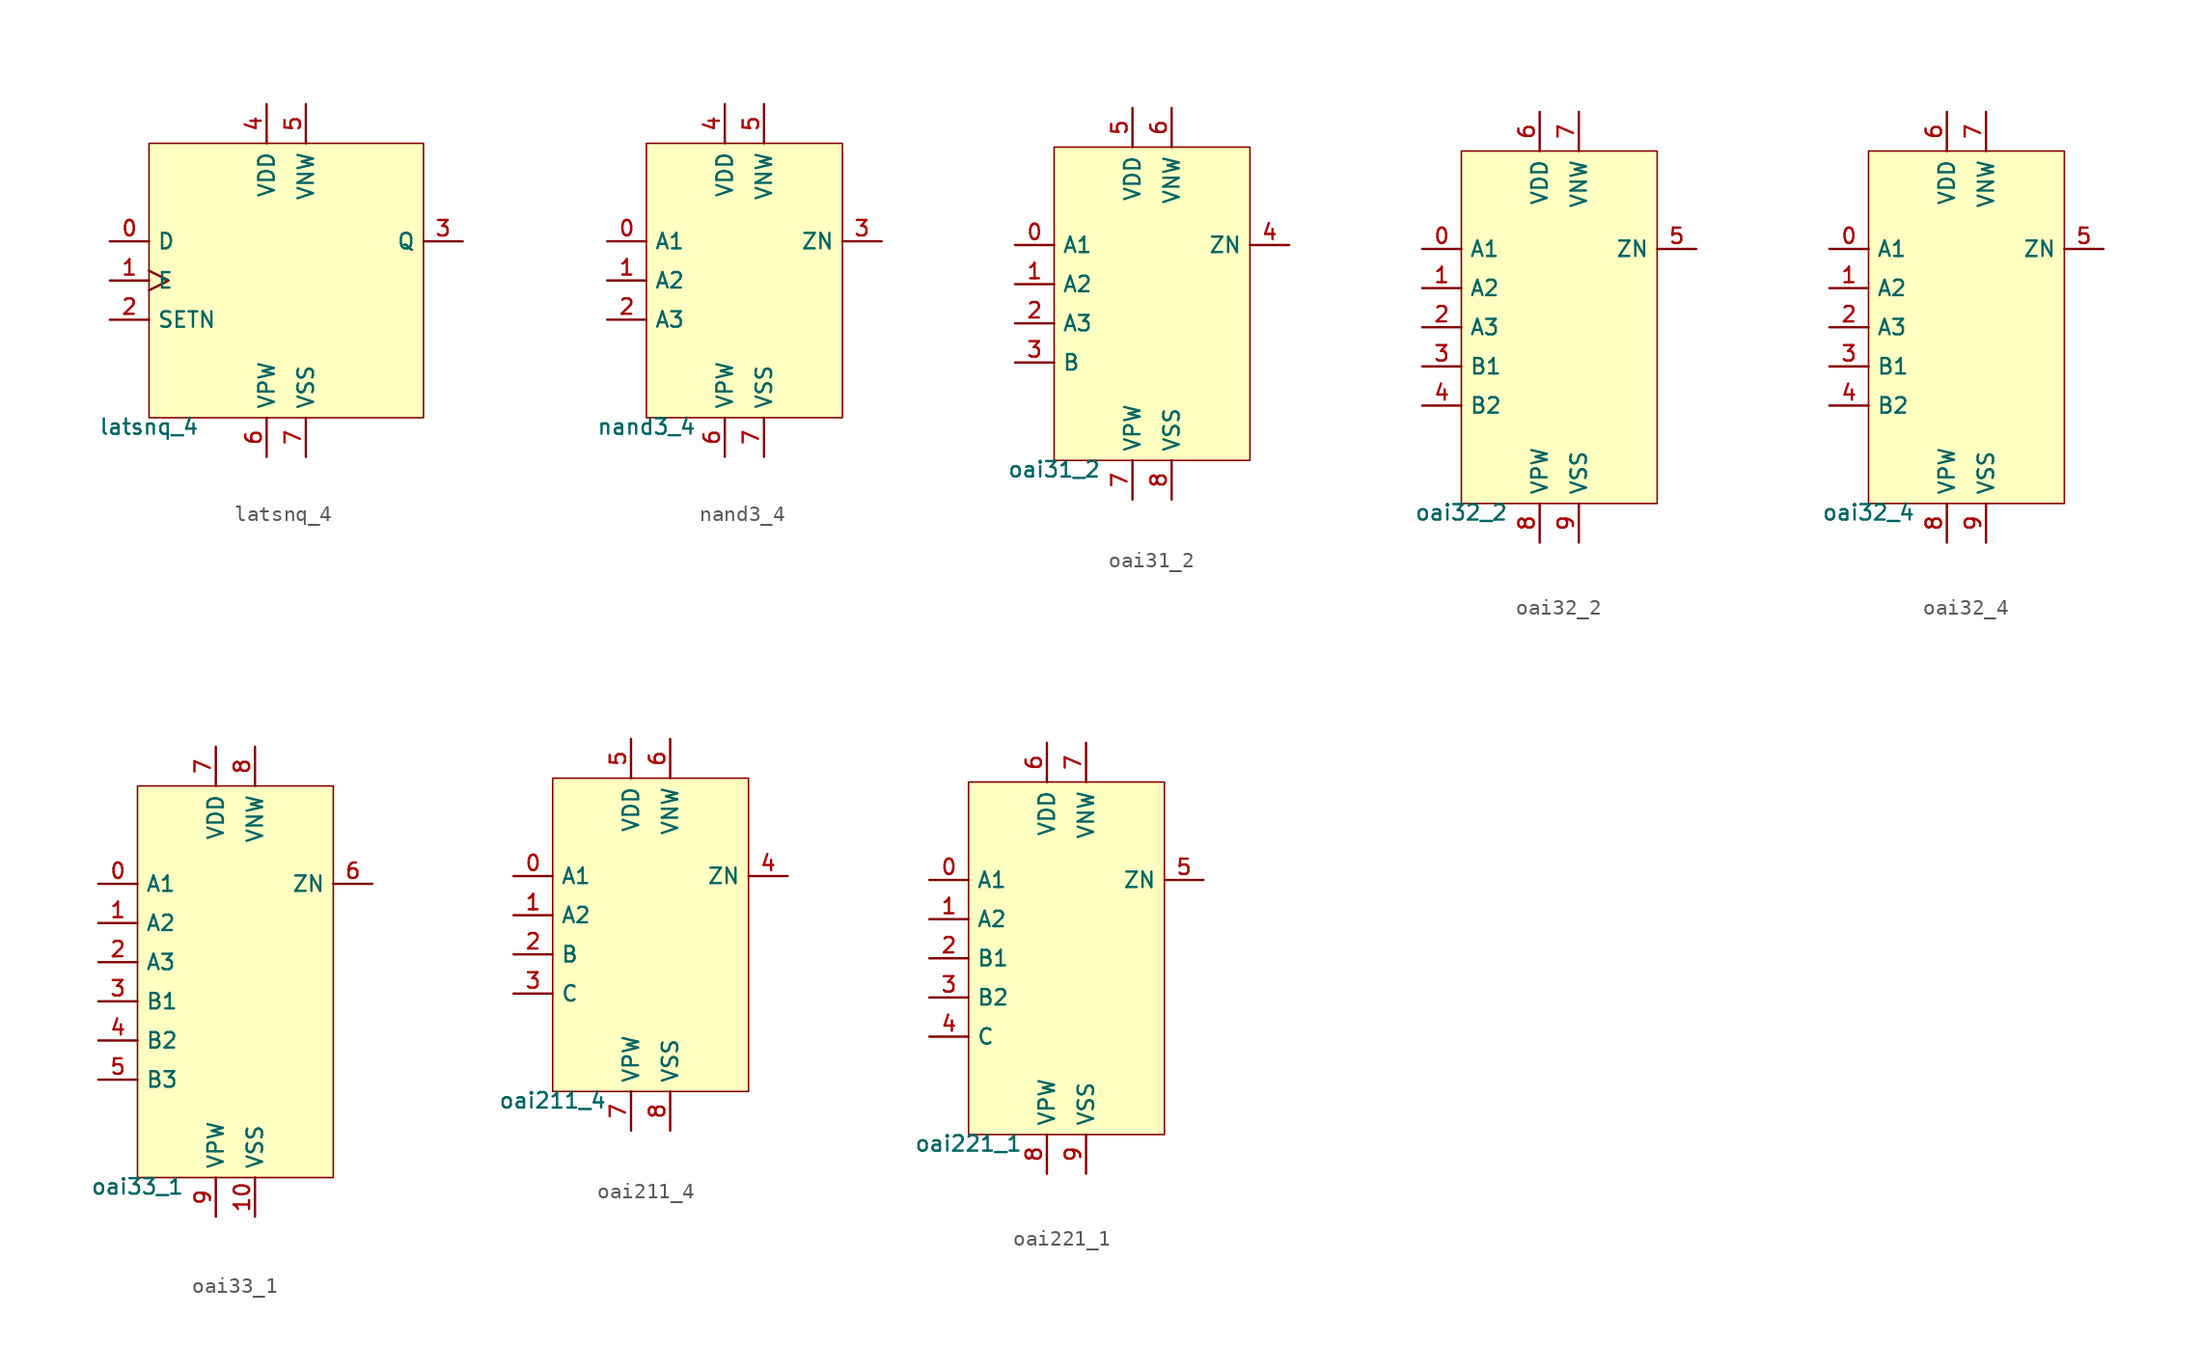
<source format=kicad_sym>
(kicad_symbol_lib
  (version 20211014)
  (generator pdk2kicad)
  (symbol "latsnq_4"
    (property "Reference" "X"
      (at 0 0 0)
      (effects (font (size 1 1)) hide))
    (property "Value" "latsnq_4"
      (at -8.89 -8.89 0)
      (effects (font (size 1 1)) (justify top)))
    (rectangle
      (start -8.89 -8.89)
      (end 8.89 8.89)
      (stroke (width 0.1) (type solid) (color 0 0 0 0))
      (fill (type background)))
    (pin input line
      (at -11.43 2.54 0)
      (length 2.54)
      (name "D" (effects (font (size 1 1)) hide))
      (number "0" (effects (font (size 1 1)) hide)))
    (pin input clock
      (at -11.43 4.440892098500626e-16 0)
      (length 2.54)
      (name "E" (effects (font (size 1 1)) hide))
      (number "1" (effects (font (size 1 1)) hide)))
    (pin input line
      (at -11.43 -2.54 0)
      (length 2.54)
      (name "SETN" (effects (font (size 1 1)) hide))
      (number "2" (effects (font (size 1 1)) hide)))
    (pin output line
      (at 11.43 2.54 180)
      (length 2.54)
      (name "Q" (effects (font (size 1 1)) hide))
      (number "3" (effects (font (size 1 1)) hide)))
    (pin power_in line
      (at -1.27 11.43 270)
      (length 2.54)
      (name "VDD" (effects (font (size 1 1)) hide))
      (number "4" (effects (font (size 1 1)) hide)))
    (pin power_in line
      (at 1.27 11.43 270)
      (length 2.54)
      (name "VNW" (effects (font (size 1 1)) hide))
      (number "5" (effects (font (size 1 1)) hide)))
    (pin power_in line
      (at -1.27 -11.43 90)
      (length 2.54)
      (name "VPW" (effects (font (size 1 1)) hide))
      (number "6" (effects (font (size 1 1)) hide)))
    (pin power_in line
      (at 1.27 -11.43 90)
      (length 2.54)
      (name "VSS" (effects (font (size 1 1)) hide))
      (number "7" (effects (font (size 1 1)) hide))))
  (symbol "nand3_4"
    (property "Reference" "X"
      (at 0 0 0)
      (effects (font (size 1 1)) hide))
    (property "Value" "nand3_4"
      (at -6.35 -8.89 0)
      (effects (font (size 1 1)) (justify top)))
    (rectangle
      (start -6.35 -8.89)
      (end 6.35 8.89)
      (stroke (width 0.1) (type solid) (color 0 0 0 0))
      (fill (type background)))
    (pin input line
      (at -8.89 2.54 0)
      (length 2.54)
      (name "A1" (effects (font (size 1 1)) hide))
      (number "0" (effects (font (size 1 1)) hide)))
    (pin input line
      (at -8.89 4.440892098500626e-16 0)
      (length 2.54)
      (name "A2" (effects (font (size 1 1)) hide))
      (number "1" (effects (font (size 1 1)) hide)))
    (pin input line
      (at -8.89 -2.54 0)
      (length 2.54)
      (name "A3" (effects (font (size 1 1)) hide))
      (number "2" (effects (font (size 1 1)) hide)))
    (pin output line
      (at 8.89 2.54 180)
      (length 2.54)
      (name "ZN" (effects (font (size 1 1)) hide))
      (number "3" (effects (font (size 1 1)) hide)))
    (pin power_in line
      (at -1.27 11.43 270)
      (length 2.54)
      (name "VDD" (effects (font (size 1 1)) hide))
      (number "4" (effects (font (size 1 1)) hide)))
    (pin power_in line
      (at 1.27 11.43 270)
      (length 2.54)
      (name "VNW" (effects (font (size 1 1)) hide))
      (number "5" (effects (font (size 1 1)) hide)))
    (pin power_in line
      (at -1.27 -11.43 90)
      (length 2.54)
      (name "VPW" (effects (font (size 1 1)) hide))
      (number "6" (effects (font (size 1 1)) hide)))
    (pin power_in line
      (at 1.27 -11.43 90)
      (length 2.54)
      (name "VSS" (effects (font (size 1 1)) hide))
      (number "7" (effects (font (size 1 1)) hide))))
  (symbol "oai31_2"
    (property "Reference" "X"
      (at 0 0 0)
      (effects (font (size 1 1)) hide))
    (property "Value" "oai31_2"
      (at -6.35 -10.16 0)
      (effects (font (size 1 1)) (justify top)))
    (rectangle
      (start -6.35 -10.16)
      (end 6.35 10.16)
      (stroke (width 0.1) (type solid) (color 0 0 0 0))
      (fill (type background)))
    (pin input line
      (at -8.89 3.81 0)
      (length 2.54)
      (name "A1" (effects (font (size 1 1)) hide))
      (number "0" (effects (font (size 1 1)) hide)))
    (pin input line
      (at -8.89 1.27 0)
      (length 2.54)
      (name "A2" (effects (font (size 1 1)) hide))
      (number "1" (effects (font (size 1 1)) hide)))
    (pin input line
      (at -8.89 -1.27 0)
      (length 2.54)
      (name "A3" (effects (font (size 1 1)) hide))
      (number "2" (effects (font (size 1 1)) hide)))
    (pin input line
      (at -8.89 -3.81 0)
      (length 2.54)
      (name "B" (effects (font (size 1 1)) hide))
      (number "3" (effects (font (size 1 1)) hide)))
    (pin output line
      (at 8.89 3.81 180)
      (length 2.54)
      (name "ZN" (effects (font (size 1 1)) hide))
      (number "4" (effects (font (size 1 1)) hide)))
    (pin power_in line
      (at -1.27 12.7 270)
      (length 2.54)
      (name "VDD" (effects (font (size 1 1)) hide))
      (number "5" (effects (font (size 1 1)) hide)))
    (pin power_in line
      (at 1.27 12.7 270)
      (length 2.54)
      (name "VNW" (effects (font (size 1 1)) hide))
      (number "6" (effects (font (size 1 1)) hide)))
    (pin power_in line
      (at -1.27 -12.7 90)
      (length 2.54)
      (name "VPW" (effects (font (size 1 1)) hide))
      (number "7" (effects (font (size 1 1)) hide)))
    (pin power_in line
      (at 1.27 -12.7 90)
      (length 2.54)
      (name "VSS" (effects (font (size 1 1)) hide))
      (number "8" (effects (font (size 1 1)) hide))))
  (symbol "oai32_2"
    (property "Reference" "X"
      (at 0 0 0)
      (effects (font (size 1 1)) hide))
    (property "Value" "oai32_2"
      (at -6.35 -11.43 0)
      (effects (font (size 1 1)) (justify top)))
    (rectangle
      (start -6.35 -11.43)
      (end 6.35 11.43)
      (stroke (width 0.1) (type solid) (color 0 0 0 0))
      (fill (type background)))
    (pin input line
      (at -8.89 5.08 0)
      (length 2.54)
      (name "A1" (effects (font (size 1 1)) hide))
      (number "0" (effects (font (size 1 1)) hide)))
    (pin input line
      (at -8.89 2.54 0)
      (length 2.54)
      (name "A2" (effects (font (size 1 1)) hide))
      (number "1" (effects (font (size 1 1)) hide)))
    (pin input line
      (at -8.89 -4.440892098500626e-16 0)
      (length 2.54)
      (name "A3" (effects (font (size 1 1)) hide))
      (number "2" (effects (font (size 1 1)) hide)))
    (pin input line
      (at -8.89 -2.54 0)
      (length 2.54)
      (name "B1" (effects (font (size 1 1)) hide))
      (number "3" (effects (font (size 1 1)) hide)))
    (pin input line
      (at -8.89 -5.08 0)
      (length 2.54)
      (name "B2" (effects (font (size 1 1)) hide))
      (number "4" (effects (font (size 1 1)) hide)))
    (pin output line
      (at 8.89 5.08 180)
      (length 2.54)
      (name "ZN" (effects (font (size 1 1)) hide))
      (number "5" (effects (font (size 1 1)) hide)))
    (pin power_in line
      (at -1.27 13.97 270)
      (length 2.54)
      (name "VDD" (effects (font (size 1 1)) hide))
      (number "6" (effects (font (size 1 1)) hide)))
    (pin power_in line
      (at 1.27 13.97 270)
      (length 2.54)
      (name "VNW" (effects (font (size 1 1)) hide))
      (number "7" (effects (font (size 1 1)) hide)))
    (pin power_in line
      (at -1.27 -13.97 90)
      (length 2.54)
      (name "VPW" (effects (font (size 1 1)) hide))
      (number "8" (effects (font (size 1 1)) hide)))
    (pin power_in line
      (at 1.27 -13.97 90)
      (length 2.54)
      (name "VSS" (effects (font (size 1 1)) hide))
      (number "9" (effects (font (size 1 1)) hide))))
  (symbol "oai32_4"
    (property "Reference" "X"
      (at 0 0 0)
      (effects (font (size 1 1)) hide))
    (property "Value" "oai32_4"
      (at -6.35 -11.43 0)
      (effects (font (size 1 1)) (justify top)))
    (rectangle
      (start -6.35 -11.43)
      (end 6.35 11.43)
      (stroke (width 0.1) (type solid) (color 0 0 0 0))
      (fill (type background)))
    (pin input line
      (at -8.89 5.08 0)
      (length 2.54)
      (name "A1" (effects (font (size 1 1)) hide))
      (number "0" (effects (font (size 1 1)) hide)))
    (pin input line
      (at -8.89 2.54 0)
      (length 2.54)
      (name "A2" (effects (font (size 1 1)) hide))
      (number "1" (effects (font (size 1 1)) hide)))
    (pin input line
      (at -8.89 -4.440892098500626e-16 0)
      (length 2.54)
      (name "A3" (effects (font (size 1 1)) hide))
      (number "2" (effects (font (size 1 1)) hide)))
    (pin input line
      (at -8.89 -2.54 0)
      (length 2.54)
      (name "B1" (effects (font (size 1 1)) hide))
      (number "3" (effects (font (size 1 1)) hide)))
    (pin input line
      (at -8.89 -5.08 0)
      (length 2.54)
      (name "B2" (effects (font (size 1 1)) hide))
      (number "4" (effects (font (size 1 1)) hide)))
    (pin output line
      (at 8.89 5.08 180)
      (length 2.54)
      (name "ZN" (effects (font (size 1 1)) hide))
      (number "5" (effects (font (size 1 1)) hide)))
    (pin power_in line
      (at -1.27 13.97 270)
      (length 2.54)
      (name "VDD" (effects (font (size 1 1)) hide))
      (number "6" (effects (font (size 1 1)) hide)))
    (pin power_in line
      (at 1.27 13.97 270)
      (length 2.54)
      (name "VNW" (effects (font (size 1 1)) hide))
      (number "7" (effects (font (size 1 1)) hide)))
    (pin power_in line
      (at -1.27 -13.97 90)
      (length 2.54)
      (name "VPW" (effects (font (size 1 1)) hide))
      (number "8" (effects (font (size 1 1)) hide)))
    (pin power_in line
      (at 1.27 -13.97 90)
      (length 2.54)
      (name "VSS" (effects (font (size 1 1)) hide))
      (number "9" (effects (font (size 1 1)) hide))))
  (symbol "oai33_1"
    (property "Reference" "X"
      (at 0 0 0)
      (effects (font (size 1 1)) hide))
    (property "Value" "oai33_1"
      (at -6.35 -12.7 0)
      (effects (font (size 1 1)) (justify top)))
    (rectangle
      (start -6.35 -12.7)
      (end 6.35 12.7)
      (stroke (width 0.1) (type solid) (color 0 0 0 0))
      (fill (type background)))
    (pin input line
      (at -8.89 6.35 0)
      (length 2.54)
      (name "A1" (effects (font (size 1 1)) hide))
      (number "0" (effects (font (size 1 1)) hide)))
    (pin input line
      (at -8.89 3.81 0)
      (length 2.54)
      (name "A2" (effects (font (size 1 1)) hide))
      (number "1" (effects (font (size 1 1)) hide)))
    (pin input line
      (at -8.89 1.27 0)
      (length 2.54)
      (name "A3" (effects (font (size 1 1)) hide))
      (number "2" (effects (font (size 1 1)) hide)))
    (pin input line
      (at -8.89 -1.27 0)
      (length 2.54)
      (name "B1" (effects (font (size 1 1)) hide))
      (number "3" (effects (font (size 1 1)) hide)))
    (pin input line
      (at -8.89 -3.81 0)
      (length 2.54)
      (name "B2" (effects (font (size 1 1)) hide))
      (number "4" (effects (font (size 1 1)) hide)))
    (pin input line
      (at -8.89 -6.35 0)
      (length 2.54)
      (name "B3" (effects (font (size 1 1)) hide))
      (number "5" (effects (font (size 1 1)) hide)))
    (pin output line
      (at 8.89 6.35 180)
      (length 2.54)
      (name "ZN" (effects (font (size 1 1)) hide))
      (number "6" (effects (font (size 1 1)) hide)))
    (pin power_in line
      (at -1.27 15.24 270)
      (length 2.54)
      (name "VDD" (effects (font (size 1 1)) hide))
      (number "7" (effects (font (size 1 1)) hide)))
    (pin power_in line
      (at 1.27 15.24 270)
      (length 2.54)
      (name "VNW" (effects (font (size 1 1)) hide))
      (number "8" (effects (font (size 1 1)) hide)))
    (pin power_in line
      (at -1.27 -15.24 90)
      (length 2.54)
      (name "VPW" (effects (font (size 1 1)) hide))
      (number "9" (effects (font (size 1 1)) hide)))
    (pin power_in line
      (at 1.27 -15.24 90)
      (length 2.54)
      (name "VSS" (effects (font (size 1 1)) hide))
      (number "10" (effects (font (size 1 1)) hide))))
  (symbol "oai211_4"
    (property "Reference" "X"
      (at 0 0 0)
      (effects (font (size 1 1)) hide))
    (property "Value" "oai211_4"
      (at -6.35 -10.16 0)
      (effects (font (size 1 1)) (justify top)))
    (rectangle
      (start -6.35 -10.16)
      (end 6.35 10.16)
      (stroke (width 0.1) (type solid) (color 0 0 0 0))
      (fill (type background)))
    (pin input line
      (at -8.89 3.81 0)
      (length 2.54)
      (name "A1" (effects (font (size 1 1)) hide))
      (number "0" (effects (font (size 1 1)) hide)))
    (pin input line
      (at -8.89 1.27 0)
      (length 2.54)
      (name "A2" (effects (font (size 1 1)) hide))
      (number "1" (effects (font (size 1 1)) hide)))
    (pin input line
      (at -8.89 -1.27 0)
      (length 2.54)
      (name "B" (effects (font (size 1 1)) hide))
      (number "2" (effects (font (size 1 1)) hide)))
    (pin input line
      (at -8.89 -3.81 0)
      (length 2.54)
      (name "C" (effects (font (size 1 1)) hide))
      (number "3" (effects (font (size 1 1)) hide)))
    (pin output line
      (at 8.89 3.81 180)
      (length 2.54)
      (name "ZN" (effects (font (size 1 1)) hide))
      (number "4" (effects (font (size 1 1)) hide)))
    (pin power_in line
      (at -1.27 12.7 270)
      (length 2.54)
      (name "VDD" (effects (font (size 1 1)) hide))
      (number "5" (effects (font (size 1 1)) hide)))
    (pin power_in line
      (at 1.27 12.7 270)
      (length 2.54)
      (name "VNW" (effects (font (size 1 1)) hide))
      (number "6" (effects (font (size 1 1)) hide)))
    (pin power_in line
      (at -1.27 -12.7 90)
      (length 2.54)
      (name "VPW" (effects (font (size 1 1)) hide))
      (number "7" (effects (font (size 1 1)) hide)))
    (pin power_in line
      (at 1.27 -12.7 90)
      (length 2.54)
      (name "VSS" (effects (font (size 1 1)) hide))
      (number "8" (effects (font (size 1 1)) hide))))
  (symbol "oai221_1"
    (property "Reference" "X"
      (at 0 0 0)
      (effects (font (size 1 1)) hide))
    (property "Value" "oai221_1"
      (at -6.35 -11.43 0)
      (effects (font (size 1 1)) (justify top)))
    (rectangle
      (start -6.35 -11.43)
      (end 6.35 11.43)
      (stroke (width 0.1) (type solid) (color 0 0 0 0))
      (fill (type background)))
    (pin input line
      (at -8.89 5.08 0)
      (length 2.54)
      (name "A1" (effects (font (size 1 1)) hide))
      (number "0" (effects (font (size 1 1)) hide)))
    (pin input line
      (at -8.89 2.54 0)
      (length 2.54)
      (name "A2" (effects (font (size 1 1)) hide))
      (number "1" (effects (font (size 1 1)) hide)))
    (pin input line
      (at -8.89 -4.440892098500626e-16 0)
      (length 2.54)
      (name "B1" (effects (font (size 1 1)) hide))
      (number "2" (effects (font (size 1 1)) hide)))
    (pin input line
      (at -8.89 -2.54 0)
      (length 2.54)
      (name "B2" (effects (font (size 1 1)) hide))
      (number "3" (effects (font (size 1 1)) hide)))
    (pin input line
      (at -8.89 -5.08 0)
      (length 2.54)
      (name "C" (effects (font (size 1 1)) hide))
      (number "4" (effects (font (size 1 1)) hide)))
    (pin output line
      (at 8.89 5.08 180)
      (length 2.54)
      (name "ZN" (effects (font (size 1 1)) hide))
      (number "5" (effects (font (size 1 1)) hide)))
    (pin power_in line
      (at -1.27 13.97 270)
      (length 2.54)
      (name "VDD" (effects (font (size 1 1)) hide))
      (number "6" (effects (font (size 1 1)) hide)))
    (pin power_in line
      (at 1.27 13.97 270)
      (length 2.54)
      (name "VNW" (effects (font (size 1 1)) hide))
      (number "7" (effects (font (size 1 1)) hide)))
    (pin power_in line
      (at -1.27 -13.97 90)
      (length 2.54)
      (name "VPW" (effects (font (size 1 1)) hide))
      (number "8" (effects (font (size 1 1)) hide)))
    (pin power_in line
      (at 1.27 -13.97 90)
      (length 2.54)
      (name "VSS" (effects (font (size 1 1)) hide))
      (number "9" (effects (font (size 1 1)) hide)))))
</source>
